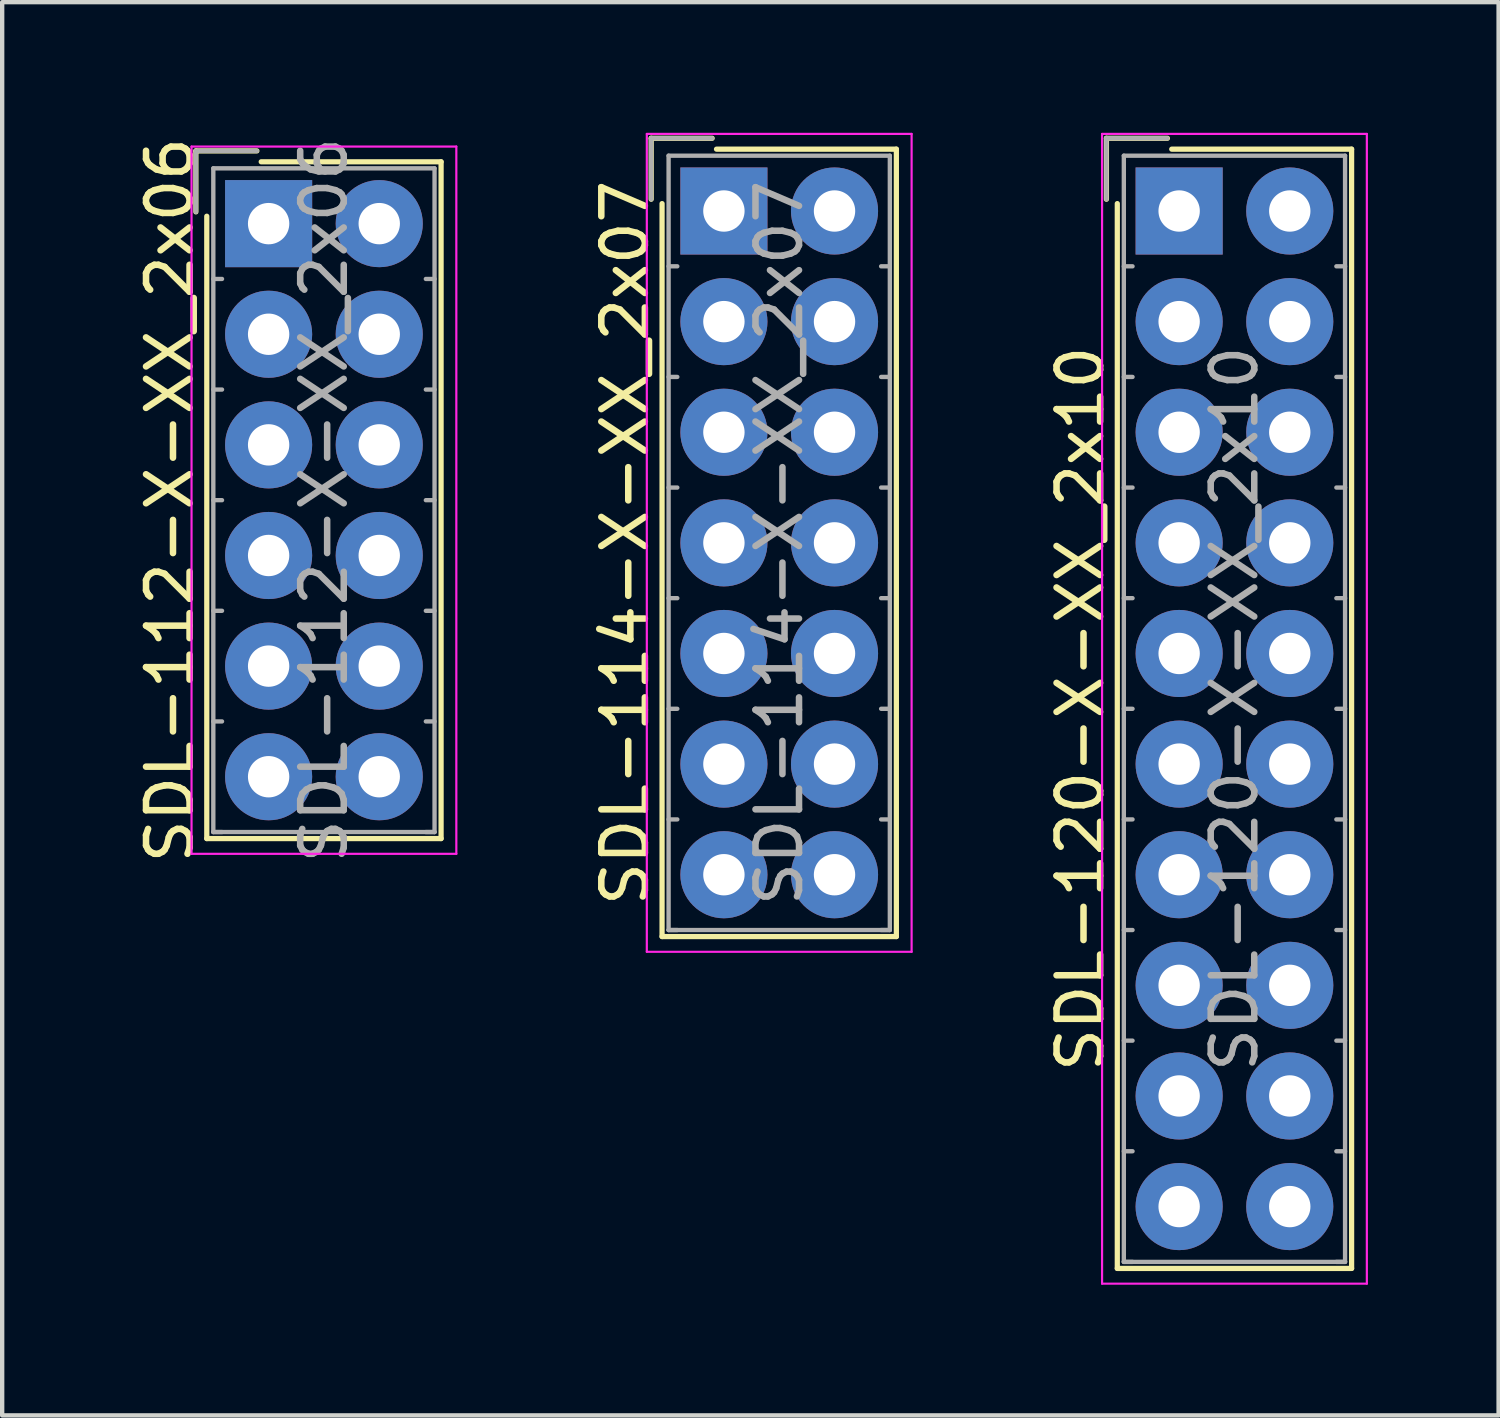
<source format=kicad_pcb>
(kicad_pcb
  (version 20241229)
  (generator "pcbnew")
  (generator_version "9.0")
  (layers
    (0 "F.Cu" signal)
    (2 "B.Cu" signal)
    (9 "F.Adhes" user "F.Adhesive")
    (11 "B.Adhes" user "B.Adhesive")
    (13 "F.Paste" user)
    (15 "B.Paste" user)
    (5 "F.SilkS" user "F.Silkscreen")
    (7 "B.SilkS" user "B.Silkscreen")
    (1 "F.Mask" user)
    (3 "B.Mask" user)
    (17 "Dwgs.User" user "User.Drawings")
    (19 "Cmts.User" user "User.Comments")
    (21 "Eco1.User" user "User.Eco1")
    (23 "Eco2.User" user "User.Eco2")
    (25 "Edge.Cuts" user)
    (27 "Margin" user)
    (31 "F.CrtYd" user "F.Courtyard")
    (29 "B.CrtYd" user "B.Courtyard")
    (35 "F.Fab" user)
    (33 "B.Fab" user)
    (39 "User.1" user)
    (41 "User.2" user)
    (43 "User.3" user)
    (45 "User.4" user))
  (footprint "SDL-112-X-XX_2x06"
    (layer "F.Cu")
    (at 3.118 2.085)
    (property "Reference" "SDL-112-X-XX_2x06" (at -2.27 6.35 90) (layer "F.SilkS") (effects (font (size 1 1) (thickness 0.15))))
    (attr through_hole)
    (fp_line (start -1.67 -1.67) (end -1.67 -0.27) (stroke (width 0.12) (type solid)) (layer "F.SilkS"))
    (fp_line (start -1.42 14.12) (end -1.42 -0.17) (stroke (width 0.12) (type solid)) (layer "F.SilkS"))
    (fp_line (start -0.27 -1.67) (end -1.67 -1.67) (stroke (width 0.12) (type solid)) (layer "F.SilkS"))
    (fp_line (start -0.17 -1.42) (end 3.96 -1.42) (stroke (width 0.12) (type solid)) (layer "F.SilkS"))
    (fp_line (start 3.96 -1.42) (end 3.96 14.12) (stroke (width 0.12) (type solid)) (layer "F.SilkS"))
    (fp_line (start 3.96 14.12) (end -1.42 14.12) (stroke (width 0.12) (type solid)) (layer "F.SilkS"))
    (fp_line (start -1.77 -1.77) (end -1.77 14.47) (stroke (width 0.05) (type solid)) (layer "F.CrtYd"))
    (fp_line (start -1.77 14.47) (end 4.31 14.47) (stroke (width 0.05) (type solid)) (layer "F.CrtYd"))
    (fp_line (start 4.31 -1.77) (end -1.77 -1.77) (stroke (width 0.05) (type solid)) (layer "F.CrtYd"))
    (fp_line (start 4.31 14.47) (end 4.31 -1.77) (stroke (width 0.05) (type solid)) (layer "F.CrtYd"))
    (fp_line (start -1.67 -1.67) (end -1.67 -0.27) (stroke (width 0.1) (type solid)) (layer "F.Fab"))
    (fp_line (start -1.27 -1.27) (end -1.27 13.97) (stroke (width 0.1) (type solid)) (layer "F.Fab"))
    (fp_line (start -1.27 1.27) (end -1.07 1.27) (stroke (width 0.1) (type solid)) (layer "F.Fab"))
    (fp_line (start -1.27 3.81) (end -1.07 3.81) (stroke (width 0.1) (type solid)) (layer "F.Fab"))
    (fp_line (start -1.27 6.35) (end -1.07 6.35) (stroke (width 0.1) (type solid)) (layer "F.Fab"))
    (fp_line (start -1.27 8.89) (end -1.07 8.89) (stroke (width 0.1) (type solid)) (layer "F.Fab"))
    (fp_line (start -1.27 11.43) (end -1.07 11.43) (stroke (width 0.1) (type solid)) (layer "F.Fab"))
    (fp_line (start -1.27 13.97) (end -1.07 13.97) (stroke (width 0.1) (type solid)) (layer "F.Fab"))
    (fp_line (start -1.27 13.97) (end 3.81 13.97) (stroke (width 0.1) (type solid)) (layer "F.Fab"))
    (fp_line (start -0.27 -1.67) (end -1.67 -1.67) (stroke (width 0.1) (type solid)) (layer "F.Fab"))
    (fp_line (start 3.81 -1.27) (end -1.27 -1.27) (stroke (width 0.1) (type solid)) (layer "F.Fab"))
    (fp_line (start 3.81 1.27) (end 3.61 1.27) (stroke (width 0.1) (type solid)) (layer "F.Fab"))
    (fp_line (start 3.81 3.81) (end 3.61 3.81) (stroke (width 0.1) (type solid)) (layer "F.Fab"))
    (fp_line (start 3.81 6.35) (end 3.61 6.35) (stroke (width 0.1) (type solid)) (layer "F.Fab"))
    (fp_line (start 3.81 8.89) (end 3.61 8.89) (stroke (width 0.1) (type solid)) (layer "F.Fab"))
    (fp_line (start 3.81 11.43) (end 3.61 11.43) (stroke (width 0.1) (type solid)) (layer "F.Fab"))
    (fp_line (start 3.81 13.97) (end 3.61 13.97) (stroke (width 0.1) (type solid)) (layer "F.Fab"))
    (fp_line (start 3.81 13.97) (end 3.81 -1.27) (stroke (width 0.1) (type solid)) (layer "F.Fab"))
    (fp_text user "${REFERENCE}" (at 1.27 6.35 90) (layer "F.Fab") (effects (font (size 1 1) (thickness 0.15))))
    (pad "1" thru_hole rect (at 0 0) (size 2 2) (drill 0.95) (layers "*.Cu" "*.Mask"))
    (pad "2" thru_hole circle (at 2.54 0) (size 2 2) (drill 0.95) (layers "*.Cu" "*.Mask"))
    (pad "3" thru_hole circle (at 0 2.54) (size 2 2) (drill 0.95) (layers "*.Cu" "*.Mask"))
    (pad "4" thru_hole circle (at 2.54 2.54) (size 2 2) (drill 0.95) (layers "*.Cu" "*.Mask"))
    (pad "5" thru_hole circle (at 0 5.08) (size 2 2) (drill 0.95) (layers "*.Cu" "*.Mask"))
    (pad "6" thru_hole circle (at 2.54 5.08) (size 2 2) (drill 0.95) (layers "*.Cu" "*.Mask"))
    (pad "7" thru_hole circle (at 0 7.62) (size 2 2) (drill 0.95) (layers "*.Cu" "*.Mask"))
    (pad "8" thru_hole circle (at 2.54 7.62) (size 2 2) (drill 0.95) (layers "*.Cu" "*.Mask"))
    (pad "9" thru_hole circle (at 0 10.16) (size 2 2) (drill 0.95) (layers "*.Cu" "*.Mask"))
    (pad "10" thru_hole circle (at 2.54 10.16) (size 2 2) (drill 0.95) (layers "*.Cu" "*.Mask"))
    (pad "11" thru_hole circle (at 0 12.7) (size 2 2) (drill 0.95) (layers "*.Cu" "*.Mask"))
    (pad "12" thru_hole circle (at 2.54 12.7) (size 2 2) (drill 0.95) (layers "*.Cu" "*.Mask")))
  (footprint "SDL-114-X-XX_2x07"
    (layer "F.Cu")
    (at 13.572 1.795)
    (property "Reference" "SDL-114-X-XX_2x07" (at -2.27 7.62 90) (layer "F.SilkS") (effects (font (size 1 1) (thickness 0.15))))
    (attr through_hole)
    (fp_line (start -1.67 -1.67) (end -1.67 -0.27) (stroke (width 0.12) (type solid)) (layer "F.SilkS"))
    (fp_line (start -1.42 16.66) (end -1.42 -0.17) (stroke (width 0.12) (type solid)) (layer "F.SilkS"))
    (fp_line (start -0.27 -1.67) (end -1.67 -1.67) (stroke (width 0.12) (type solid)) (layer "F.SilkS"))
    (fp_line (start -0.17 -1.42) (end 3.96 -1.42) (stroke (width 0.12) (type solid)) (layer "F.SilkS"))
    (fp_line (start 3.96 -1.42) (end 3.96 16.66) (stroke (width 0.12) (type solid)) (layer "F.SilkS"))
    (fp_line (start 3.96 16.66) (end -1.42 16.66) (stroke (width 0.12) (type solid)) (layer "F.SilkS"))
    (fp_line (start -1.77 -1.77) (end -1.77 17.01) (stroke (width 0.05) (type solid)) (layer "F.CrtYd"))
    (fp_line (start -1.77 17.01) (end 4.31 17.01) (stroke (width 0.05) (type solid)) (layer "F.CrtYd"))
    (fp_line (start 4.31 -1.77) (end -1.77 -1.77) (stroke (width 0.05) (type solid)) (layer "F.CrtYd"))
    (fp_line (start 4.31 17.01) (end 4.31 -1.77) (stroke (width 0.05) (type solid)) (layer "F.CrtYd"))
    (fp_line (start -1.67 -1.67) (end -1.67 -0.27) (stroke (width 0.1) (type solid)) (layer "F.Fab"))
    (fp_line (start -1.27 -1.27) (end -1.27 16.51) (stroke (width 0.1) (type solid)) (layer "F.Fab"))
    (fp_line (start -1.27 1.27) (end -1.07 1.27) (stroke (width 0.1) (type solid)) (layer "F.Fab"))
    (fp_line (start -1.27 3.81) (end -1.07 3.81) (stroke (width 0.1) (type solid)) (layer "F.Fab"))
    (fp_line (start -1.27 6.35) (end -1.07 6.35) (stroke (width 0.1) (type solid)) (layer "F.Fab"))
    (fp_line (start -1.27 8.89) (end -1.07 8.89) (stroke (width 0.1) (type solid)) (layer "F.Fab"))
    (fp_line (start -1.27 11.43) (end -1.07 11.43) (stroke (width 0.1) (type solid)) (layer "F.Fab"))
    (fp_line (start -1.27 13.97) (end -1.07 13.97) (stroke (width 0.1) (type solid)) (layer "F.Fab"))
    (fp_line (start -1.27 16.51) (end -1.07 16.51) (stroke (width 0.1) (type solid)) (layer "F.Fab"))
    (fp_line (start -1.27 16.51) (end 3.81 16.51) (stroke (width 0.1) (type solid)) (layer "F.Fab"))
    (fp_line (start -0.27 -1.67) (end -1.67 -1.67) (stroke (width 0.1) (type solid)) (layer "F.Fab"))
    (fp_line (start 3.81 -1.27) (end -1.27 -1.27) (stroke (width 0.1) (type solid)) (layer "F.Fab"))
    (fp_line (start 3.81 1.27) (end 3.61 1.27) (stroke (width 0.1) (type solid)) (layer "F.Fab"))
    (fp_line (start 3.81 3.81) (end 3.61 3.81) (stroke (width 0.1) (type solid)) (layer "F.Fab"))
    (fp_line (start 3.81 6.35) (end 3.61 6.35) (stroke (width 0.1) (type solid)) (layer "F.Fab"))
    (fp_line (start 3.81 8.89) (end 3.61 8.89) (stroke (width 0.1) (type solid)) (layer "F.Fab"))
    (fp_line (start 3.81 11.43) (end 3.61 11.43) (stroke (width 0.1) (type solid)) (layer "F.Fab"))
    (fp_line (start 3.81 13.97) (end 3.61 13.97) (stroke (width 0.1) (type solid)) (layer "F.Fab"))
    (fp_line (start 3.81 16.51) (end 3.61 16.51) (stroke (width 0.1) (type solid)) (layer "F.Fab"))
    (fp_line (start 3.81 16.51) (end 3.81 -1.27) (stroke (width 0.1) (type solid)) (layer "F.Fab"))
    (fp_text user "${REFERENCE}" (at 1.27 7.62 90) (layer "F.Fab") (effects (font (size 1 1) (thickness 0.15))))
    (pad "1" thru_hole rect (at 0 0) (size 2 2) (drill 0.95) (layers "*.Cu" "*.Mask"))
    (pad "2" thru_hole circle (at 2.54 0) (size 2 2) (drill 0.95) (layers "*.Cu" "*.Mask"))
    (pad "3" thru_hole circle (at 0 2.54) (size 2 2) (drill 0.95) (layers "*.Cu" "*.Mask"))
    (pad "4" thru_hole circle (at 2.54 2.54) (size 2 2) (drill 0.95) (layers "*.Cu" "*.Mask"))
    (pad "5" thru_hole circle (at 0 5.08) (size 2 2) (drill 0.95) (layers "*.Cu" "*.Mask"))
    (pad "6" thru_hole circle (at 2.54 5.08) (size 2 2) (drill 0.95) (layers "*.Cu" "*.Mask"))
    (pad "7" thru_hole circle (at 0 7.62) (size 2 2) (drill 0.95) (layers "*.Cu" "*.Mask"))
    (pad "8" thru_hole circle (at 2.54 7.62) (size 2 2) (drill 0.95) (layers "*.Cu" "*.Mask"))
    (pad "9" thru_hole circle (at 0 10.16) (size 2 2) (drill 0.95) (layers "*.Cu" "*.Mask"))
    (pad "10" thru_hole circle (at 2.54 10.16) (size 2 2) (drill 0.95) (layers "*.Cu" "*.Mask"))
    (pad "11" thru_hole circle (at 0 12.7) (size 2 2) (drill 0.95) (layers "*.Cu" "*.Mask"))
    (pad "12" thru_hole circle (at 2.54 12.7) (size 2 2) (drill 0.95) (layers "*.Cu" "*.Mask"))
    (pad "13" thru_hole circle (at 0 15.24) (size 2 2) (drill 0.95) (layers "*.Cu" "*.Mask"))
    (pad "14" thru_hole circle (at 2.54 15.24) (size 2 2) (drill 0.95) (layers "*.Cu" "*.Mask")))
  (footprint "SDL-120-X-XX_2x10"
    (layer "F.Cu")
    (at 24.025 1.795)
    (property "Reference" "SDL-120-X-XX_2x10" (at -2.27 11.43 90) (layer "F.SilkS") (effects (font (size 1 1) (thickness 0.15))))
    (attr through_hole)
    (fp_line (start -1.67 -1.67) (end -1.67 -0.27) (stroke (width 0.12) (type solid)) (layer "F.SilkS"))
    (fp_line (start -1.42 24.28) (end -1.42 -0.17) (stroke (width 0.12) (type solid)) (layer "F.SilkS"))
    (fp_line (start -0.27 -1.67) (end -1.67 -1.67) (stroke (width 0.12) (type solid)) (layer "F.SilkS"))
    (fp_line (start -0.17 -1.42) (end 3.96 -1.42) (stroke (width 0.12) (type solid)) (layer "F.SilkS"))
    (fp_line (start 3.96 -1.42) (end 3.96 24.28) (stroke (width 0.12) (type solid)) (layer "F.SilkS"))
    (fp_line (start 3.96 24.28) (end -1.42 24.28) (stroke (width 0.12) (type solid)) (layer "F.SilkS"))
    (fp_line (start -1.77 -1.77) (end -1.77 24.63) (stroke (width 0.05) (type solid)) (layer "F.CrtYd"))
    (fp_line (start -1.77 24.63) (end 4.31 24.63) (stroke (width 0.05) (type solid)) (layer "F.CrtYd"))
    (fp_line (start 4.31 -1.77) (end -1.77 -1.77) (stroke (width 0.05) (type solid)) (layer "F.CrtYd"))
    (fp_line (start 4.31 24.63) (end 4.31 -1.77) (stroke (width 0.05) (type solid)) (layer "F.CrtYd"))
    (fp_line (start -1.67 -1.67) (end -1.67 -0.27) (stroke (width 0.1) (type solid)) (layer "F.Fab"))
    (fp_line (start -1.27 -1.27) (end -1.27 24.13) (stroke (width 0.1) (type solid)) (layer "F.Fab"))
    (fp_line (start -1.27 1.27) (end -1.07 1.27) (stroke (width 0.1) (type solid)) (layer "F.Fab"))
    (fp_line (start -1.27 3.81) (end -1.07 3.81) (stroke (width 0.1) (type solid)) (layer "F.Fab"))
    (fp_line (start -1.27 6.35) (end -1.07 6.35) (stroke (width 0.1) (type solid)) (layer "F.Fab"))
    (fp_line (start -1.27 8.89) (end -1.07 8.89) (stroke (width 0.1) (type solid)) (layer "F.Fab"))
    (fp_line (start -1.27 11.43) (end -1.07 11.43) (stroke (width 0.1) (type solid)) (layer "F.Fab"))
    (fp_line (start -1.27 13.97) (end -1.07 13.97) (stroke (width 0.1) (type solid)) (layer "F.Fab"))
    (fp_line (start -1.27 16.51) (end -1.07 16.51) (stroke (width 0.1) (type solid)) (layer "F.Fab"))
    (fp_line (start -1.27 19.05) (end -1.07 19.05) (stroke (width 0.1) (type solid)) (layer "F.Fab"))
    (fp_line (start -1.27 21.59) (end -1.07 21.59) (stroke (width 0.1) (type solid)) (layer "F.Fab"))
    (fp_line (start -1.27 24.13) (end -1.07 24.13) (stroke (width 0.1) (type solid)) (layer "F.Fab"))
    (fp_line (start -1.27 24.13) (end 3.81 24.13) (stroke (width 0.1) (type solid)) (layer "F.Fab"))
    (fp_line (start -0.27 -1.67) (end -1.67 -1.67) (stroke (width 0.1) (type solid)) (layer "F.Fab"))
    (fp_line (start 3.81 -1.27) (end -1.27 -1.27) (stroke (width 0.1) (type solid)) (layer "F.Fab"))
    (fp_line (start 3.81 1.27) (end 3.61 1.27) (stroke (width 0.1) (type solid)) (layer "F.Fab"))
    (fp_line (start 3.81 3.81) (end 3.61 3.81) (stroke (width 0.1) (type solid)) (layer "F.Fab"))
    (fp_line (start 3.81 6.35) (end 3.61 6.35) (stroke (width 0.1) (type solid)) (layer "F.Fab"))
    (fp_line (start 3.81 8.89) (end 3.61 8.89) (stroke (width 0.1) (type solid)) (layer "F.Fab"))
    (fp_line (start 3.81 11.43) (end 3.61 11.43) (stroke (width 0.1) (type solid)) (layer "F.Fab"))
    (fp_line (start 3.81 13.97) (end 3.61 13.97) (stroke (width 0.1) (type solid)) (layer "F.Fab"))
    (fp_line (start 3.81 16.51) (end 3.61 16.51) (stroke (width 0.1) (type solid)) (layer "F.Fab"))
    (fp_line (start 3.81 19.05) (end 3.61 19.05) (stroke (width 0.1) (type solid)) (layer "F.Fab"))
    (fp_line (start 3.81 21.59) (end 3.61 21.59) (stroke (width 0.1) (type solid)) (layer "F.Fab"))
    (fp_line (start 3.81 24.13) (end 3.61 24.13) (stroke (width 0.1) (type solid)) (layer "F.Fab"))
    (fp_line (start 3.81 24.13) (end 3.81 -1.27) (stroke (width 0.1) (type solid)) (layer "F.Fab"))
    (fp_text user "${REFERENCE}" (at 1.27 11.43 90) (layer "F.Fab") (effects (font (size 1 1) (thickness 0.15))))
    (pad "1" thru_hole rect (at 0 0) (size 2 2) (drill 0.95) (layers "*.Cu" "*.Mask"))
    (pad "2" thru_hole circle (at 2.54 0) (size 2 2) (drill 0.95) (layers "*.Cu" "*.Mask"))
    (pad "3" thru_hole circle (at 0 2.54) (size 2 2) (drill 0.95) (layers "*.Cu" "*.Mask"))
    (pad "4" thru_hole circle (at 2.54 2.54) (size 2 2) (drill 0.95) (layers "*.Cu" "*.Mask"))
    (pad "5" thru_hole circle (at 0 5.08) (size 2 2) (drill 0.95) (layers "*.Cu" "*.Mask"))
    (pad "6" thru_hole circle (at 2.54 5.08) (size 2 2) (drill 0.95) (layers "*.Cu" "*.Mask"))
    (pad "7" thru_hole circle (at 0 7.62) (size 2 2) (drill 0.95) (layers "*.Cu" "*.Mask"))
    (pad "8" thru_hole circle (at 2.54 7.62) (size 2 2) (drill 0.95) (layers "*.Cu" "*.Mask"))
    (pad "9" thru_hole circle (at 0 10.16) (size 2 2) (drill 0.95) (layers "*.Cu" "*.Mask"))
    (pad "10" thru_hole circle (at 2.54 10.16) (size 2 2) (drill 0.95) (layers "*.Cu" "*.Mask"))
    (pad "11" thru_hole circle (at 0 12.7) (size 2 2) (drill 0.95) (layers "*.Cu" "*.Mask"))
    (pad "12" thru_hole circle (at 2.54 12.7) (size 2 2) (drill 0.95) (layers "*.Cu" "*.Mask"))
    (pad "13" thru_hole circle (at 0 15.24) (size 2 2) (drill 0.95) (layers "*.Cu" "*.Mask"))
    (pad "14" thru_hole circle (at 2.54 15.24) (size 2 2) (drill 0.95) (layers "*.Cu" "*.Mask"))
    (pad "15" thru_hole circle (at 0 17.78) (size 2 2) (drill 0.95) (layers "*.Cu" "*.Mask"))
    (pad "16" thru_hole circle (at 2.54 17.78) (size 2 2) (drill 0.95) (layers "*.Cu" "*.Mask"))
    (pad "17" thru_hole circle (at 0 20.32) (size 2 2) (drill 0.95) (layers "*.Cu" "*.Mask"))
    (pad "18" thru_hole circle (at 2.54 20.32) (size 2 2) (drill 0.95) (layers "*.Cu" "*.Mask"))
    (pad "19" thru_hole circle (at 0 22.86) (size 2 2) (drill 0.95) (layers "*.Cu" "*.Mask"))
    (pad "20" thru_hole circle (at 2.54 22.86) (size 2 2) (drill 0.95) (layers "*.Cu" "*.Mask")))
  (gr_rect
    (start -3 -3)
    (end 31.36 29.45)
    (stroke (width 0.1) (type default))
    (fill no)
    (layer "Edge.Cuts")))
</source>
